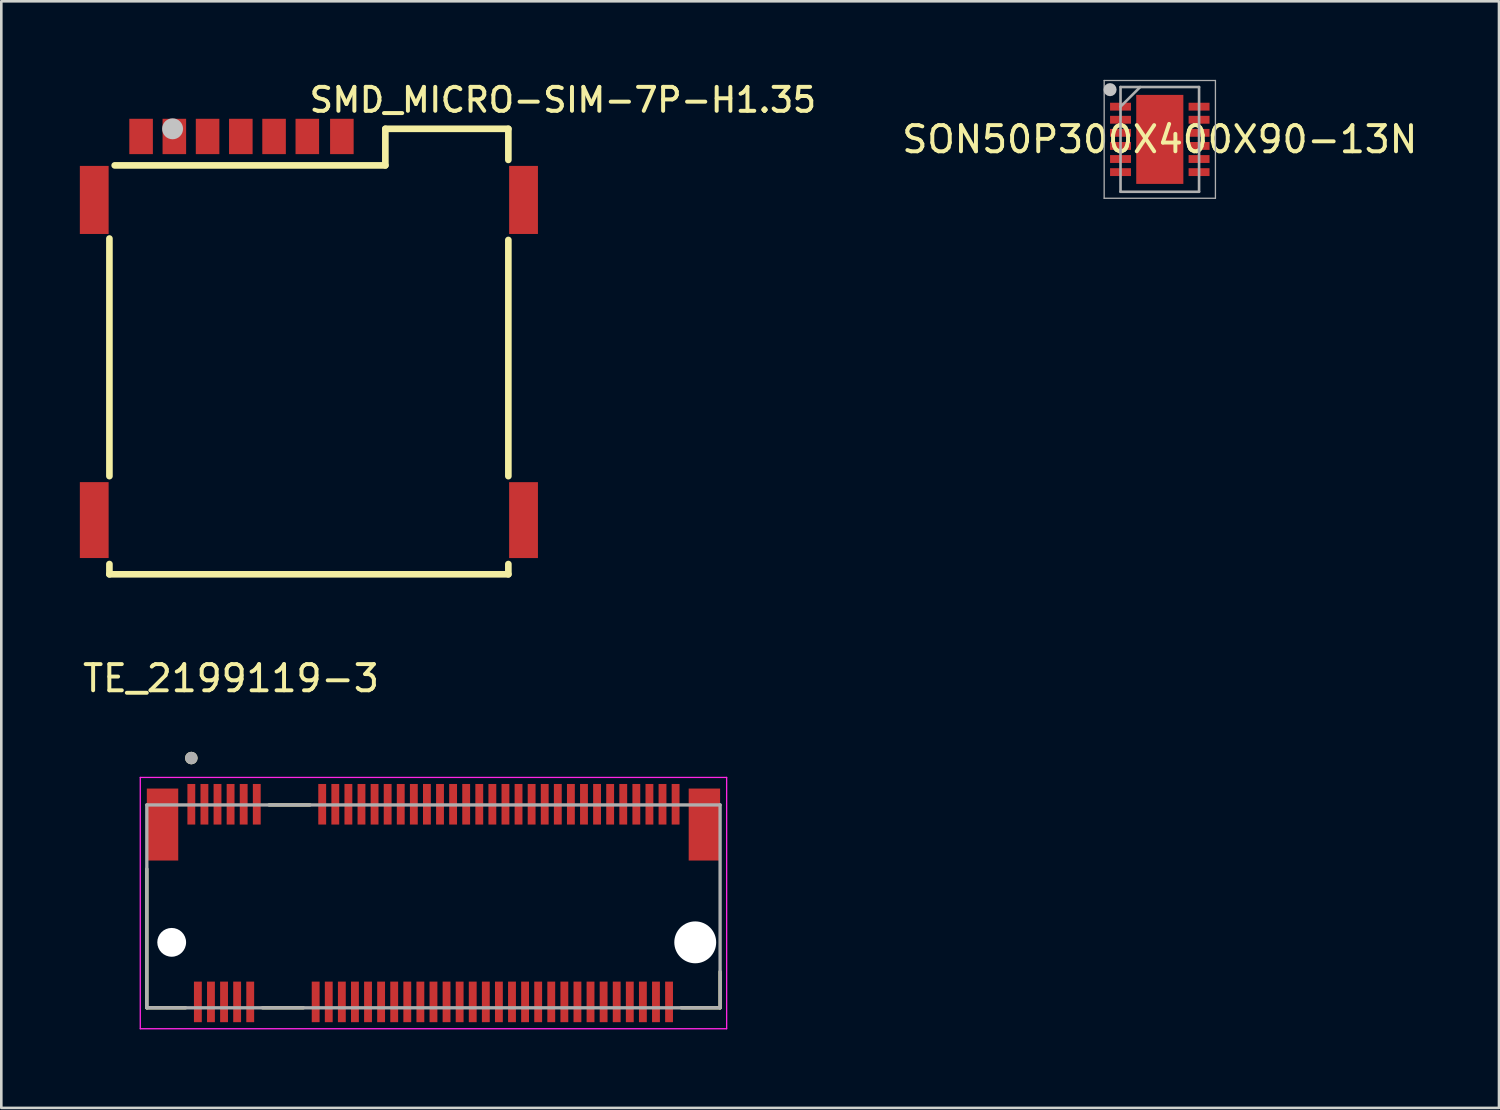
<source format=kicad_pcb>
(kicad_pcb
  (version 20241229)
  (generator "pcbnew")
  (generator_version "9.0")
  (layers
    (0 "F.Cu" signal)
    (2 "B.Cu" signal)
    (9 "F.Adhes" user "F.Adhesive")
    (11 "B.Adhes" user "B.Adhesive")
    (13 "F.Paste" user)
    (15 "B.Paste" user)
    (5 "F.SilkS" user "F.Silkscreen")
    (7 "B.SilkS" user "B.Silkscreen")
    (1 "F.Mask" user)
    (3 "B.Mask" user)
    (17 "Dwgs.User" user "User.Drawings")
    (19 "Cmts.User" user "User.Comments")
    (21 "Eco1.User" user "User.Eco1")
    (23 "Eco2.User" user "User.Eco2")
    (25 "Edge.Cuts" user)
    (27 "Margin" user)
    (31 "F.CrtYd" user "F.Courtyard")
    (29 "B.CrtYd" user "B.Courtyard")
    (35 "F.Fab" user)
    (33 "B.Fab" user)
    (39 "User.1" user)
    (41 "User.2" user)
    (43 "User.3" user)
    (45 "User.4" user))
  (footprint "SMD_MICRO-SIM-7P-H1.35"
    (layer "F.Cu")
    (at 8.75 9.491)
    (property "Reference" "SMD_MICRO-SIM-7P-H1.35" (at -0.06 -9.258 0) (layer "F.SilkS") (effects (font (size 0.914 0.914) (thickness 0.152)) (justify left top)))
    (fp_line (start -7.62 -3.429) (end -7.62 5.648) (stroke (width 0.254) (type default)) (layer "F.SilkS"))
    (fp_line (start -7.62 9.006) (end -7.62 9.398) (stroke (width 0.254) (type default)) (layer "F.SilkS"))
    (fp_line (start -7.62 9.398) (end 7.62 9.398) (stroke (width 0.254) (type default)) (layer "F.SilkS"))
    (fp_line (start 2.921 -7.62) (end 2.921 -6.223) (stroke (width 0.254) (type default)) (layer "F.SilkS"))
    (fp_line (start 2.921 -6.223) (end -7.419 -6.223) (stroke (width 0.254) (type default)) (layer "F.SilkS"))
    (fp_line (start 7.62 -7.62) (end 2.921 -7.62) (stroke (width 0.254) (type default)) (layer "F.SilkS"))
    (fp_line (start 7.62 -6.432) (end 7.62 -7.62) (stroke (width 0.254) (type default)) (layer "F.SilkS"))
    (fp_line (start 7.62 5.649) (end 7.62 -3.374) (stroke (width 0.254) (type default)) (layer "F.SilkS"))
    (fp_line (start 7.62 9.398) (end 7.62 9.007) (stroke (width 0.254) (type default)) (layer "F.SilkS"))
    (fp_circle (center -5.207 -7.62) (end -5.007 -7.62) (stroke (width 0.4) (type default)) (fill no) (layer "Dwgs.User"))
    (fp_circle (center -8.18 -7.552) (end -8.15 -7.552) (stroke (width 0.06) (type default)) (fill no) (layer "User.5"))
    (pad "1" smd rect (at -5.14 -7.328) (size 0.9 1.35) (layers "F.Cu" "F.Mask" "F.Paste"))
    (pad "2" smd rect (at -2.6 -7.328) (size 0.9 1.35) (layers "F.Cu" "F.Mask" "F.Paste"))
    (pad "3" smd rect (at -0.06 -7.328) (size 0.9 1.35) (layers "F.Cu" "F.Mask" "F.Paste"))
    (pad "5" smd rect (at -6.41 -7.328) (size 0.9 1.35) (layers "F.Cu" "F.Mask" "F.Paste"))
    (pad "6" smd rect (at -3.87 -7.328) (size 0.9 1.35) (layers "F.Cu" "F.Mask" "F.Paste"))
    (pad "7" smd rect (at -1.33 -7.328) (size 0.9 1.35) (layers "F.Cu" "F.Mask" "F.Paste"))
    (pad "8" smd rect (at 1.26 -7.328) (size 0.9 1.35) (layers "F.Cu" "F.Mask" "F.Paste"))
    (pad "9" smd rect (at -8.2 -4.903) (size 1.1 2.6) (layers "F.Cu" "F.Mask" "F.Paste"))
    (pad "10" smd rect (at -8.2 7.327) (size 1.1 2.9) (layers "F.Cu" "F.Mask" "F.Paste"))
    (pad "11" smd rect (at 8.2 7.328) (size 1.1 2.9) (layers "F.Cu" "F.Mask" "F.Paste"))
    (pad "12" smd rect (at 8.2 -4.903) (size 1.1 2.6) (layers "F.Cu" "F.Mask" "F.Paste"))
    (zone (net_name "") (layer "F.CrtYd") (hatch edge 0.5) (connect_pads) (min_thickness 0) (filled_areas_thickness no) (keepout (tracks allowed) (vias allowed) (pads allowed) (copperpour not_allowed) (footprints allowed)) (placement (enabled no)) (fill) (polygon (pts (xy 2.065 3.299) (xy 2.065 2.779) (xy 2.615 2.779) (xy 2.615 3.299))))
    (zone (net_name "") (layer "F.CrtYd") (hatch edge 0.5) (connect_pads) (min_thickness 0) (filled_areas_thickness no) (keepout (tracks allowed) (vias allowed) (pads allowed) (copperpour not_allowed) (footprints allowed)) (placement (enabled no)) (fill) (polygon (pts (xy 3.335 3.299) (xy 3.335 2.779) (xy 3.885 2.779) (xy 3.885 3.299))))
    (zone (net_name "") (layer "F.CrtYd") (hatch edge 0.5) (connect_pads) (min_thickness 0) (filled_areas_thickness no) (keepout (tracks allowed) (vias allowed) (pads allowed) (copperpour not_allowed) (footprints allowed)) (placement (enabled no)) (fill) (polygon (pts (xy 4.605 3.299) (xy 4.605 2.779) (xy 5.155 2.779) (xy 5.155 3.299))))
    (zone (net_name "") (layer "F.CrtYd") (hatch edge 0.5) (connect_pads) (min_thickness 0) (filled_areas_thickness no) (keepout (tracks allowed) (vias allowed) (pads allowed) (copperpour not_allowed) (footprints allowed)) (placement (enabled no)) (fill) (polygon (pts (xy 5.875 3.299) (xy 5.875 2.779) (xy 6.425 2.779) (xy 6.425 3.299))))
    (zone (net_name "") (layer "F.CrtYd") (hatch edge 0.5) (connect_pads) (min_thickness 0) (filled_areas_thickness no) (keepout (tracks allowed) (vias allowed) (pads allowed) (copperpour not_allowed) (footprints allowed)) (placement (enabled no)) (fill) (polygon (pts (xy 7.145 3.299) (xy 7.145 2.779) (xy 7.695 2.779) (xy 7.695 3.299))))
    (zone (net_name "") (layer "F.CrtYd") (hatch edge 0.5) (connect_pads) (min_thickness 0) (filled_areas_thickness no) (keepout (tracks allowed) (vias allowed) (pads allowed) (copperpour not_allowed) (footprints allowed)) (placement (enabled no)) (fill) (polygon (pts (xy 8.415 3.299) (xy 8.415 2.779) (xy 8.965 2.779) (xy 8.965 3.299))))
    (zone (net_name "") (layer "F.CrtYd") (hatch edge 0.5) (connect_pads) (min_thickness 0) (filled_areas_thickness no) (keepout (tracks allowed) (vias allowed) (pads allowed) (copperpour not_allowed) (footprints allowed)) (placement (enabled no)) (fill) (polygon (pts (xy 9.735 3.299) (xy 9.735 2.779) (xy 10.285 2.779) (xy 10.285 3.299))))
    (zone (net_name "") (layer "F.CrtYd") (hatch edge 0.5) (priority 100) (connect_pads yes) (min_thickness 0) (filled_areas_thickness no) (fill) (polygon (pts (xy 1.1 18.889) (xy 1.1 3.289) (xy 11.65 3.289) (xy 11.65 1.939) (xy 16.4 1.939) (xy 16.4 18.889)))))
  (footprint "SON50P300X400X90-13N"
    (layer "F.Cu")
    (at 41.256 2.275)
    (property "Reference" "SON50P300X400X90-13N" (at 0 0 0) (layer "F.SilkS") (effects (font (size 1 1) (thickness 0.15))))
    (attr smd)
    (fp_circle (center -1.9 -1.9) (end -1.775 -1.9) (stroke (width 0.25) (type solid)) (fill no) (layer "Dwgs.User"))
    (fp_line (start -2.125 -2.25) (end 2.125 -2.25) (stroke (width 0.05) (type solid)) (layer "F.Fab"))
    (fp_line (start -2.125 2.25) (end -2.125 -2.25) (stroke (width 0.05) (type solid)) (layer "F.Fab"))
    (fp_line (start -1.5 -2) (end 1.5 -2) (stroke (width 0.1) (type solid)) (layer "F.Fab"))
    (fp_line (start -1.5 -1.25) (end -0.75 -2) (stroke (width 0.1) (type solid)) (layer "F.Fab"))
    (fp_line (start -1.5 2) (end -1.5 -2) (stroke (width 0.1) (type solid)) (layer "F.Fab"))
    (fp_line (start 1.5 -2) (end 1.5 2) (stroke (width 0.1) (type solid)) (layer "F.Fab"))
    (fp_line (start 1.5 2) (end -1.5 2) (stroke (width 0.1) (type solid)) (layer "F.Fab"))
    (fp_line (start 2.125 -2.25) (end 2.125 2.25) (stroke (width 0.05) (type solid)) (layer "F.Fab"))
    (fp_line (start 2.125 2.25) (end -2.125 2.25) (stroke (width 0.05) (type solid)) (layer "F.Fab"))
    (pad "1" smd rect (at -1.5 -1.25) (size 0.8 0.3) (layers "F.Cu" "F.Mask" "F.Paste"))
    (pad "2" smd rect (at -1.5 -0.75) (size 0.8 0.3) (layers "F.Cu" "F.Mask" "F.Paste"))
    (pad "3" smd rect (at -1.5 -0.25) (size 0.8 0.3) (layers "F.Cu" "F.Mask" "F.Paste"))
    (pad "4" smd rect (at -1.5 0.25) (size 0.8 0.3) (layers "F.Cu" "F.Mask" "F.Paste"))
    (pad "5" smd rect (at -1.5 0.75) (size 0.8 0.3) (layers "F.Cu" "F.Mask" "F.Paste"))
    (pad "6" smd rect (at -1.5 1.25) (size 0.8 0.3) (layers "F.Cu" "F.Mask" "F.Paste"))
    (pad "7" smd rect (at 1.5 1.25) (size 0.8 0.3) (layers "F.Cu" "F.Mask" "F.Paste"))
    (pad "8" smd rect (at 1.5 0.75) (size 0.8 0.3) (layers "F.Cu" "F.Mask" "F.Paste"))
    (pad "9" smd rect (at 1.5 0.25) (size 0.8 0.3) (layers "F.Cu" "F.Mask" "F.Paste"))
    (pad "10" smd rect (at 1.5 -0.25) (size 0.8 0.3) (layers "F.Cu" "F.Mask" "F.Paste"))
    (pad "11" smd rect (at 1.5 -0.75) (size 0.8 0.3) (layers "F.Cu" "F.Mask" "F.Paste"))
    (pad "12" smd rect (at 1.5 -1.25) (size 0.8 0.3) (layers "F.Cu" "F.Mask" "F.Paste"))
    (pad "13" smd rect (at 0 0) (size 1.8 3.4) (layers "F.Cu" "F.Mask" "F.Paste")))
  (footprint "TE_2199119-3"
    (layer "F.Cu")
    (at 13.509 32.949)
    (property "Reference" "TE_2199119-3" (at -7.734 -10.084 0) (layer "F.SilkS") (effects (font (size 1.001 1.001) (thickness 0.15))))
    (attr smd)
    (fp_line (start -10.95 -2.805) (end -10.95 2.5) (stroke (width 0.127) (type solid)) (layer "F.SilkS"))
    (fp_line (start -10.95 2.5) (end -9.47 2.5) (stroke (width 0.127) (type solid)) (layer "F.SilkS"))
    (fp_line (start -6.53 2.5) (end -4.97 2.5) (stroke (width 0.127) (type solid)) (layer "F.SilkS"))
    (fp_line (start -4.72 -5.25) (end -6.28 -5.25) (stroke (width 0.127) (type solid)) (layer "F.SilkS"))
    (fp_line (start 9.47 2.5) (end 10.95 2.5) (stroke (width 0.127) (type solid)) (layer "F.SilkS"))
    (fp_line (start 10.95 2.5) (end 10.95 1.12) (stroke (width 0.127) (type solid)) (layer "F.SilkS"))
    (fp_circle (center -9.25 -7.04) (end -9.13 -7.04) (stroke (width 0.24) (type solid)) (fill no) (layer "F.SilkS"))
    (fp_line (start -11.2 -6.3) (end 11.2 -6.3) (stroke (width 0.05) (type solid)) (layer "F.CrtYd"))
    (fp_line (start -11.2 3.3) (end -11.2 -6.3) (stroke (width 0.05) (type solid)) (layer "F.CrtYd"))
    (fp_line (start 11.2 -6.3) (end 11.2 3.3) (stroke (width 0.05) (type solid)) (layer "F.CrtYd"))
    (fp_line (start 11.2 3.3) (end -11.2 3.3) (stroke (width 0.05) (type solid)) (layer "F.CrtYd"))
    (fp_line (start -10.95 -5.25) (end 10.95 -5.25) (stroke (width 0.127) (type solid)) (layer "F.Fab"))
    (fp_line (start -10.95 2.5) (end -10.95 -5.25) (stroke (width 0.127) (type solid)) (layer "F.Fab"))
    (fp_line (start 10.95 -5.25) (end 10.95 2.5) (stroke (width 0.127) (type solid)) (layer "F.Fab"))
    (fp_line (start 10.95 2.5) (end -10.95 2.5) (stroke (width 0.127) (type solid)) (layer "F.Fab"))
    (fp_circle (center -9.25 -7.04) (end -9.13 -7.04) (stroke (width 0.24) (type solid)) (fill no) (layer "F.Fab"))
    (pad "" np_thru_hole circle (at -10 0) (size 1.1 1.1) (drill 1.1) (layers "*.Cu" "*.Mask"))
    (pad "" np_thru_hole circle (at 10 0) (size 1.6 1.6) (drill 1.6) (layers "*.Cu" "*.Mask"))
    (pad "1" smd rect (at -9.25 -5.275) (size 0.3 1.55) (layers "F.Cu" "F.Mask" "F.Paste"))
    (pad "2" smd rect (at -9 2.275) (size 0.3 1.55) (layers "F.Cu" "F.Mask" "F.Paste"))
    (pad "3" smd rect (at -8.75 -5.275) (size 0.3 1.55) (layers "F.Cu" "F.Mask" "F.Paste"))
    (pad "4" smd rect (at -8.5 2.275) (size 0.3 1.55) (layers "F.Cu" "F.Mask" "F.Paste"))
    (pad "5" smd rect (at -8.25 -5.275) (size 0.3 1.55) (layers "F.Cu" "F.Mask" "F.Paste"))
    (pad "6" smd rect (at -8 2.275) (size 0.3 1.55) (layers "F.Cu" "F.Mask" "F.Paste"))
    (pad "7" smd rect (at -7.75 -5.275) (size 0.3 1.55) (layers "F.Cu" "F.Mask" "F.Paste"))
    (pad "8" smd rect (at -7.5 2.275) (size 0.3 1.55) (layers "F.Cu" "F.Mask" "F.Paste"))
    (pad "9" smd rect (at -7.25 -5.275) (size 0.3 1.55) (layers "F.Cu" "F.Mask" "F.Paste"))
    (pad "10" smd rect (at -7 2.275) (size 0.3 1.55) (layers "F.Cu" "F.Mask" "F.Paste"))
    (pad "11" smd rect (at -6.75 -5.275) (size 0.3 1.55) (layers "F.Cu" "F.Mask" "F.Paste"))
    (pad "20" smd rect (at -4.5 2.275) (size 0.3 1.55) (layers "F.Cu" "F.Mask" "F.Paste"))
    (pad "21" smd rect (at -4.25 -5.275) (size 0.3 1.55) (layers "F.Cu" "F.Mask" "F.Paste"))
    (pad "22" smd rect (at -4 2.275) (size 0.3 1.55) (layers "F.Cu" "F.Mask" "F.Paste"))
    (pad "23" smd rect (at -3.75 -5.275) (size 0.3 1.55) (layers "F.Cu" "F.Mask" "F.Paste"))
    (pad "24" smd rect (at -3.5 2.275) (size 0.3 1.55) (layers "F.Cu" "F.Mask" "F.Paste"))
    (pad "25" smd rect (at -3.25 -5.275) (size 0.3 1.55) (layers "F.Cu" "F.Mask" "F.Paste"))
    (pad "26" smd rect (at -3 2.275) (size 0.3 1.55) (layers "F.Cu" "F.Mask" "F.Paste"))
    (pad "27" smd rect (at -2.75 -5.275) (size 0.3 1.55) (layers "F.Cu" "F.Mask" "F.Paste"))
    (pad "28" smd rect (at -2.5 2.275) (size 0.3 1.55) (layers "F.Cu" "F.Mask" "F.Paste"))
    (pad "29" smd rect (at -2.25 -5.275) (size 0.3 1.55) (layers "F.Cu" "F.Mask" "F.Paste"))
    (pad "30" smd rect (at -2 2.275) (size 0.3 1.55) (layers "F.Cu" "F.Mask" "F.Paste"))
    (pad "31" smd rect (at -1.75 -5.275) (size 0.3 1.55) (layers "F.Cu" "F.Mask" "F.Paste"))
    (pad "32" smd rect (at -1.5 2.275) (size 0.3 1.55) (layers "F.Cu" "F.Mask" "F.Paste"))
    (pad "33" smd rect (at -1.25 -5.275) (size 0.3 1.55) (layers "F.Cu" "F.Mask" "F.Paste"))
    (pad "34" smd rect (at -1 2.275) (size 0.3 1.55) (layers "F.Cu" "F.Mask" "F.Paste"))
    (pad "35" smd rect (at -0.75 -5.275) (size 0.3 1.55) (layers "F.Cu" "F.Mask" "F.Paste"))
    (pad "36" smd rect (at -0.5 2.275) (size 0.3 1.55) (layers "F.Cu" "F.Mask" "F.Paste"))
    (pad "37" smd rect (at -0.25 -5.275) (size 0.3 1.55) (layers "F.Cu" "F.Mask" "F.Paste"))
    (pad "38" smd rect (at 0 2.275) (size 0.3 1.55) (layers "F.Cu" "F.Mask" "F.Paste"))
    (pad "39" smd rect (at 0.25 -5.275) (size 0.3 1.55) (layers "F.Cu" "F.Mask" "F.Paste"))
    (pad "40" smd rect (at 0.5 2.275) (size 0.3 1.55) (layers "F.Cu" "F.Mask" "F.Paste"))
    (pad "41" smd rect (at 0.75 -5.275) (size 0.3 1.55) (layers "F.Cu" "F.Mask" "F.Paste"))
    (pad "42" smd rect (at 1 2.275) (size 0.3 1.55) (layers "F.Cu" "F.Mask" "F.Paste"))
    (pad "43" smd rect (at 1.25 -5.275) (size 0.3 1.55) (layers "F.Cu" "F.Mask" "F.Paste"))
    (pad "44" smd rect (at 1.5 2.275) (size 0.3 1.55) (layers "F.Cu" "F.Mask" "F.Paste"))
    (pad "45" smd rect (at 1.75 -5.275) (size 0.3 1.55) (layers "F.Cu" "F.Mask" "F.Paste"))
    (pad "46" smd rect (at 2 2.275) (size 0.3 1.55) (layers "F.Cu" "F.Mask" "F.Paste"))
    (pad "47" smd rect (at 2.25 -5.275) (size 0.3 1.55) (layers "F.Cu" "F.Mask" "F.Paste"))
    (pad "48" smd rect (at 2.5 2.275) (size 0.3 1.55) (layers "F.Cu" "F.Mask" "F.Paste"))
    (pad "49" smd rect (at 2.75 -5.275) (size 0.3 1.55) (layers "F.Cu" "F.Mask" "F.Paste"))
    (pad "50" smd rect (at 3 2.275) (size 0.3 1.55) (layers "F.Cu" "F.Mask" "F.Paste"))
    (pad "51" smd rect (at 3.25 -5.275) (size 0.3 1.55) (layers "F.Cu" "F.Mask" "F.Paste"))
    (pad "52" smd rect (at 3.5 2.275) (size 0.3 1.55) (layers "F.Cu" "F.Mask" "F.Paste"))
    (pad "53" smd rect (at 3.75 -5.275) (size 0.3 1.55) (layers "F.Cu" "F.Mask" "F.Paste"))
    (pad "54" smd rect (at 4 2.275) (size 0.3 1.55) (layers "F.Cu" "F.Mask" "F.Paste"))
    (pad "55" smd rect (at 4.25 -5.275) (size 0.3 1.55) (layers "F.Cu" "F.Mask" "F.Paste"))
    (pad "56" smd rect (at 4.5 2.275) (size 0.3 1.55) (layers "F.Cu" "F.Mask" "F.Paste"))
    (pad "57" smd rect (at 4.75 -5.275) (size 0.3 1.55) (layers "F.Cu" "F.Mask" "F.Paste"))
    (pad "58" smd rect (at 5 2.275) (size 0.3 1.55) (layers "F.Cu" "F.Mask" "F.Paste"))
    (pad "59" smd rect (at 5.25 -5.275) (size 0.3 1.55) (layers "F.Cu" "F.Mask" "F.Paste"))
    (pad "60" smd rect (at 5.5 2.275) (size 0.3 1.55) (layers "F.Cu" "F.Mask" "F.Paste"))
    (pad "61" smd rect (at 5.75 -5.275) (size 0.3 1.55) (layers "F.Cu" "F.Mask" "F.Paste"))
    (pad "62" smd rect (at 6 2.275) (size 0.3 1.55) (layers "F.Cu" "F.Mask" "F.Paste"))
    (pad "63" smd rect (at 6.25 -5.275) (size 0.3 1.55) (layers "F.Cu" "F.Mask" "F.Paste"))
    (pad "64" smd rect (at 6.5 2.275) (size 0.3 1.55) (layers "F.Cu" "F.Mask" "F.Paste"))
    (pad "65" smd rect (at 6.75 -5.275) (size 0.3 1.55) (layers "F.Cu" "F.Mask" "F.Paste"))
    (pad "66" smd rect (at 7 2.275) (size 0.3 1.55) (layers "F.Cu" "F.Mask" "F.Paste"))
    (pad "67" smd rect (at 7.25 -5.275) (size 0.3 1.55) (layers "F.Cu" "F.Mask" "F.Paste"))
    (pad "68" smd rect (at 7.5 2.275) (size 0.3 1.55) (layers "F.Cu" "F.Mask" "F.Paste"))
    (pad "69" smd rect (at 7.75 -5.275) (size 0.3 1.55) (layers "F.Cu" "F.Mask" "F.Paste"))
    (pad "70" smd rect (at 8 2.275) (size 0.3 1.55) (layers "F.Cu" "F.Mask" "F.Paste"))
    (pad "71" smd rect (at 8.25 -5.275) (size 0.3 1.55) (layers "F.Cu" "F.Mask" "F.Paste"))
    (pad "72" smd rect (at 8.5 2.275) (size 0.3 1.55) (layers "F.Cu" "F.Mask" "F.Paste"))
    (pad "73" smd rect (at 8.75 -5.275) (size 0.3 1.55) (layers "F.Cu" "F.Mask" "F.Paste"))
    (pad "74" smd rect (at 9 2.275) (size 0.3 1.55) (layers "F.Cu" "F.Mask" "F.Paste"))
    (pad "75" smd rect (at 9.25 -5.275) (size 0.3 1.55) (layers "F.Cu" "F.Mask" "F.Paste"))
    (pad "SH1" smd rect (at -10.35 -4.5) (size 1.2 2.75) (layers "F.Cu" "F.Mask" "F.Paste"))
    (pad "SH2" smd rect (at 10.35 -4.5) (size 1.2 2.75) (layers "F.Cu" "F.Mask" "F.Paste")))
  (gr_rect
    (start -3 -3)
    (end 54.214 39.274)
    (stroke (width 0.1) (type default))
    (fill no)
    (layer "Edge.Cuts")))
</source>
